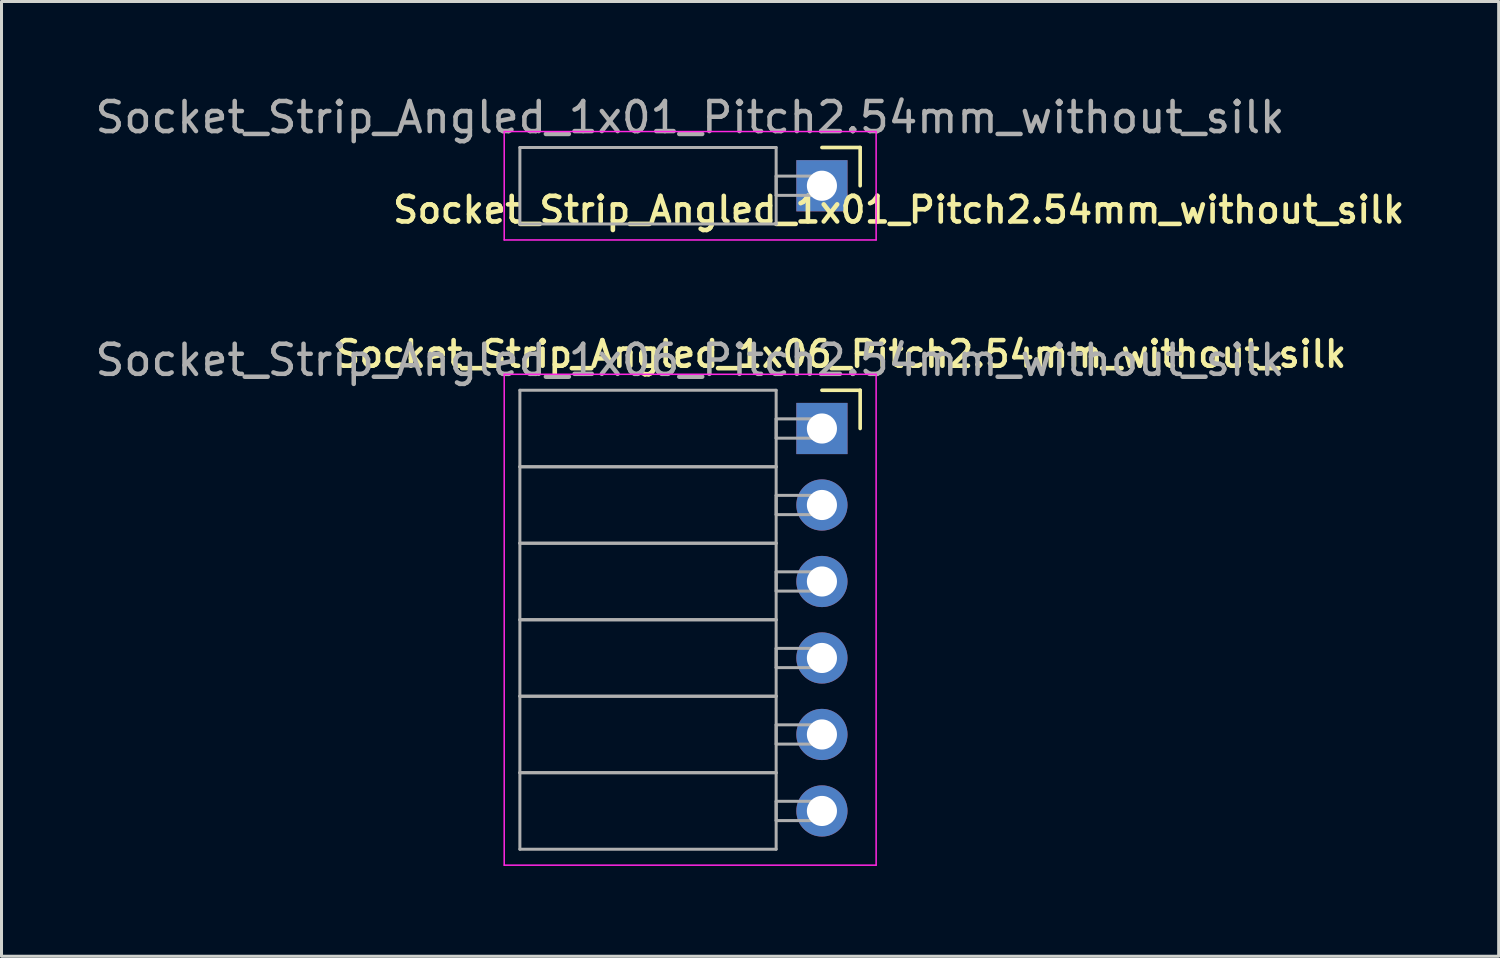
<source format=kicad_pcb>
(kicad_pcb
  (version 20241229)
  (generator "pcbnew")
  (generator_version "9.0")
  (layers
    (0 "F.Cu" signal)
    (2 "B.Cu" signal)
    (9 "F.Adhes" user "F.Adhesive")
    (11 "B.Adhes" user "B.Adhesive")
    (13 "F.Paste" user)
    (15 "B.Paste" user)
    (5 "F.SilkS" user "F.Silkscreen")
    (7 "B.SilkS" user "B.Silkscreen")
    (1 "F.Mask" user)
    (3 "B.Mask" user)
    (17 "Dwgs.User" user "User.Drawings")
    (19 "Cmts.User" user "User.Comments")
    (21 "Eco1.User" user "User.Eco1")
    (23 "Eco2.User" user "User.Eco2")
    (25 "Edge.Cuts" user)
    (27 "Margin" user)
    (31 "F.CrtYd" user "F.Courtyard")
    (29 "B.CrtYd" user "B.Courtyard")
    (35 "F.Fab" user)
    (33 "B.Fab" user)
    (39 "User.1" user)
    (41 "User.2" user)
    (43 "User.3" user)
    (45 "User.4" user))
  (footprint "Socket_Strip_Angled_1x06_Pitch2.54mm_without_silk"
    (layer "F.Cu")
    (at 24.243 11.179)
    (property "Reference" "Socket_Strip_Angled_1x06_Pitch2.54mm_without_silk" (at 0.62 -2.47 0) (layer "F.SilkS") (effects (font (size 0.85 0.85) (thickness 0.153))))
    (attr through_hole)
    (fp_line (start 0 -1.27) (end 1.27 -1.27) (stroke (width 0.12) (type solid)) (layer "F.SilkS"))
    (fp_line (start 1.27 -1.27) (end 1.27 0) (stroke (width 0.12) (type solid)) (layer "F.SilkS"))
    (fp_line (start -10.55 -1.8) (end 1.8 -1.8) (stroke (width 0.05) (type solid)) (layer "F.CrtYd"))
    (fp_line (start -10.55 14.5) (end -10.55 -1.8) (stroke (width 0.05) (type solid)) (layer "F.CrtYd"))
    (fp_line (start 1.8 -1.8) (end 1.8 14.5) (stroke (width 0.05) (type solid)) (layer "F.CrtYd"))
    (fp_line (start 1.8 14.5) (end -10.55 14.5) (stroke (width 0.05) (type solid)) (layer "F.CrtYd"))
    (fp_line (start -10.03 -1.27) (end -1.52 -1.27) (stroke (width 0.1) (type solid)) (layer "F.Fab"))
    (fp_line (start -10.03 1.27) (end -10.03 -1.27) (stroke (width 0.1) (type solid)) (layer "F.Fab"))
    (fp_line (start -10.03 1.27) (end -1.52 1.27) (stroke (width 0.1) (type solid)) (layer "F.Fab"))
    (fp_line (start -10.03 3.81) (end -10.03 1.27) (stroke (width 0.1) (type solid)) (layer "F.Fab"))
    (fp_line (start -10.03 3.81) (end -1.52 3.81) (stroke (width 0.1) (type solid)) (layer "F.Fab"))
    (fp_line (start -10.03 6.35) (end -10.03 3.81) (stroke (width 0.1) (type solid)) (layer "F.Fab"))
    (fp_line (start -10.03 6.35) (end -1.52 6.35) (stroke (width 0.1) (type solid)) (layer "F.Fab"))
    (fp_line (start -10.03 8.89) (end -10.03 6.35) (stroke (width 0.1) (type solid)) (layer "F.Fab"))
    (fp_line (start -10.03 8.89) (end -1.52 8.89) (stroke (width 0.1) (type solid)) (layer "F.Fab"))
    (fp_line (start -10.03 11.43) (end -10.03 8.89) (stroke (width 0.1) (type solid)) (layer "F.Fab"))
    (fp_line (start -10.03 11.43) (end -1.52 11.43) (stroke (width 0.1) (type solid)) (layer "F.Fab"))
    (fp_line (start -10.03 13.97) (end -10.03 11.43) (stroke (width 0.1) (type solid)) (layer "F.Fab"))
    (fp_line (start -1.52 -1.27) (end -1.52 1.27) (stroke (width 0.1) (type solid)) (layer "F.Fab"))
    (fp_line (start -1.52 -0.32) (end 0 -0.32) (stroke (width 0.1) (type solid)) (layer "F.Fab"))
    (fp_line (start -1.52 0.32) (end -1.52 -0.32) (stroke (width 0.1) (type solid)) (layer "F.Fab"))
    (fp_line (start -1.52 1.27) (end -10.03 1.27) (stroke (width 0.1) (type solid)) (layer "F.Fab"))
    (fp_line (start -1.52 1.27) (end -1.52 3.81) (stroke (width 0.1) (type solid)) (layer "F.Fab"))
    (fp_line (start -1.52 2.22) (end 0 2.22) (stroke (width 0.1) (type solid)) (layer "F.Fab"))
    (fp_line (start -1.52 2.86) (end -1.52 2.22) (stroke (width 0.1) (type solid)) (layer "F.Fab"))
    (fp_line (start -1.52 3.81) (end -10.03 3.81) (stroke (width 0.1) (type solid)) (layer "F.Fab"))
    (fp_line (start -1.52 3.81) (end -1.52 6.35) (stroke (width 0.1) (type solid)) (layer "F.Fab"))
    (fp_line (start -1.52 4.76) (end 0 4.76) (stroke (width 0.1) (type solid)) (layer "F.Fab"))
    (fp_line (start -1.52 5.4) (end -1.52 4.76) (stroke (width 0.1) (type solid)) (layer "F.Fab"))
    (fp_line (start -1.52 6.35) (end -10.03 6.35) (stroke (width 0.1) (type solid)) (layer "F.Fab"))
    (fp_line (start -1.52 6.35) (end -1.52 8.89) (stroke (width 0.1) (type solid)) (layer "F.Fab"))
    (fp_line (start -1.52 7.3) (end 0 7.3) (stroke (width 0.1) (type solid)) (layer "F.Fab"))
    (fp_line (start -1.52 7.94) (end -1.52 7.3) (stroke (width 0.1) (type solid)) (layer "F.Fab"))
    (fp_line (start -1.52 8.89) (end -10.03 8.89) (stroke (width 0.1) (type solid)) (layer "F.Fab"))
    (fp_line (start -1.52 8.89) (end -1.52 11.43) (stroke (width 0.1) (type solid)) (layer "F.Fab"))
    (fp_line (start -1.52 9.84) (end 0 9.84) (stroke (width 0.1) (type solid)) (layer "F.Fab"))
    (fp_line (start -1.52 10.48) (end -1.52 9.84) (stroke (width 0.1) (type solid)) (layer "F.Fab"))
    (fp_line (start -1.52 11.43) (end -10.03 11.43) (stroke (width 0.1) (type solid)) (layer "F.Fab"))
    (fp_line (start -1.52 11.43) (end -1.52 13.97) (stroke (width 0.1) (type solid)) (layer "F.Fab"))
    (fp_line (start -1.52 12.38) (end 0 12.38) (stroke (width 0.1) (type solid)) (layer "F.Fab"))
    (fp_line (start -1.52 13.02) (end -1.52 12.38) (stroke (width 0.1) (type solid)) (layer "F.Fab"))
    (fp_line (start -1.52 13.97) (end -10.03 13.97) (stroke (width 0.1) (type solid)) (layer "F.Fab"))
    (fp_line (start 0 -0.32) (end 0 0.32) (stroke (width 0.1) (type solid)) (layer "F.Fab"))
    (fp_line (start 0 0.32) (end -1.52 0.32) (stroke (width 0.1) (type solid)) (layer "F.Fab"))
    (fp_line (start 0 2.22) (end 0 2.86) (stroke (width 0.1) (type solid)) (layer "F.Fab"))
    (fp_line (start 0 2.86) (end -1.52 2.86) (stroke (width 0.1) (type solid)) (layer "F.Fab"))
    (fp_line (start 0 4.76) (end 0 5.4) (stroke (width 0.1) (type solid)) (layer "F.Fab"))
    (fp_line (start 0 5.4) (end -1.52 5.4) (stroke (width 0.1) (type solid)) (layer "F.Fab"))
    (fp_line (start 0 7.3) (end 0 7.94) (stroke (width 0.1) (type solid)) (layer "F.Fab"))
    (fp_line (start 0 7.94) (end -1.52 7.94) (stroke (width 0.1) (type solid)) (layer "F.Fab"))
    (fp_line (start 0 9.84) (end 0 10.48) (stroke (width 0.1) (type solid)) (layer "F.Fab"))
    (fp_line (start 0 10.48) (end -1.52 10.48) (stroke (width 0.1) (type solid)) (layer "F.Fab"))
    (fp_line (start 0 12.38) (end 0 13.02) (stroke (width 0.1) (type solid)) (layer "F.Fab"))
    (fp_line (start 0 13.02) (end -1.52 13.02) (stroke (width 0.1) (type solid)) (layer "F.Fab"))
    (fp_text user "${REFERENCE}" (at -4.38 -2.27 0) (layer "F.Fab") (effects (font (size 1 1) (thickness 0.15))))
    (pad "1" thru_hole rect (at 0 0) (size 1.7 1.7) (drill 1) (layers "*.Cu" "*.Mask"))
    (pad "2" thru_hole oval (at 0 2.54) (size 1.7 1.7) (drill 1) (layers "*.Cu" "*.Mask"))
    (pad "3" thru_hole oval (at 0 5.08) (size 1.7 1.7) (drill 1) (layers "*.Cu" "*.Mask"))
    (pad "4" thru_hole oval (at 0 7.62) (size 1.7 1.7) (drill 1) (layers "*.Cu" "*.Mask"))
    (pad "5" thru_hole oval (at 0 10.16) (size 1.7 1.7) (drill 1) (layers "*.Cu" "*.Mask"))
    (pad "6" thru_hole oval (at 0 12.7) (size 1.7 1.7) (drill 1) (layers "*.Cu" "*.Mask")))
  (footprint "Socket_Strip_Angled_1x01_Pitch2.54mm_without_silk"
    (layer "F.Cu")
    (at 24.243 3.118)
    (property "Reference" "Socket_Strip_Angled_1x01_Pitch2.54mm_without_silk" (at 2.55 0.8 0) (layer "F.SilkS") (effects (font (size 0.85 0.85) (thickness 0.153))))
    (attr through_hole)
    (fp_line (start 0 -1.27) (end 1.27 -1.27) (stroke (width 0.12) (type solid)) (layer "F.SilkS"))
    (fp_line (start 1.27 -1.27) (end 1.27 0) (stroke (width 0.12) (type solid)) (layer "F.SilkS"))
    (fp_line (start -10.55 -1.8) (end 1.8 -1.8) (stroke (width 0.05) (type solid)) (layer "F.CrtYd"))
    (fp_line (start -10.55 1.8) (end -10.55 -1.8) (stroke (width 0.05) (type solid)) (layer "F.CrtYd"))
    (fp_line (start 1.8 -1.8) (end 1.8 1.8) (stroke (width 0.05) (type solid)) (layer "F.CrtYd"))
    (fp_line (start 1.8 1.8) (end -10.55 1.8) (stroke (width 0.05) (type solid)) (layer "F.CrtYd"))
    (fp_line (start -10.03 -1.27) (end -1.52 -1.27) (stroke (width 0.1) (type solid)) (layer "F.Fab"))
    (fp_line (start -10.03 1.27) (end -10.03 -1.27) (stroke (width 0.1) (type solid)) (layer "F.Fab"))
    (fp_line (start -1.52 -1.27) (end -1.52 1.27) (stroke (width 0.1) (type solid)) (layer "F.Fab"))
    (fp_line (start -1.52 -0.32) (end 0 -0.32) (stroke (width 0.1) (type solid)) (layer "F.Fab"))
    (fp_line (start -1.52 0.32) (end -1.52 -0.32) (stroke (width 0.1) (type solid)) (layer "F.Fab"))
    (fp_line (start -1.52 1.27) (end -10.03 1.27) (stroke (width 0.1) (type solid)) (layer "F.Fab"))
    (fp_line (start 0 -0.32) (end 0 0.32) (stroke (width 0.1) (type solid)) (layer "F.Fab"))
    (fp_line (start 0 0.32) (end -1.52 0.32) (stroke (width 0.1) (type solid)) (layer "F.Fab"))
    (fp_text user "${REFERENCE}" (at -4.38 -2.27 0) (layer "F.Fab") (effects (font (size 1 1) (thickness 0.15))))
    (pad "1" thru_hole rect (at 0 0) (size 1.7 1.7) (drill 1) (layers "*.Cu" "*.Mask")))
  (gr_rect
    (start -3 -3)
    (end 46.715 28.704)
    (stroke (width 0.1) (type default))
    (fill no)
    (layer "Edge.Cuts")))
</source>
